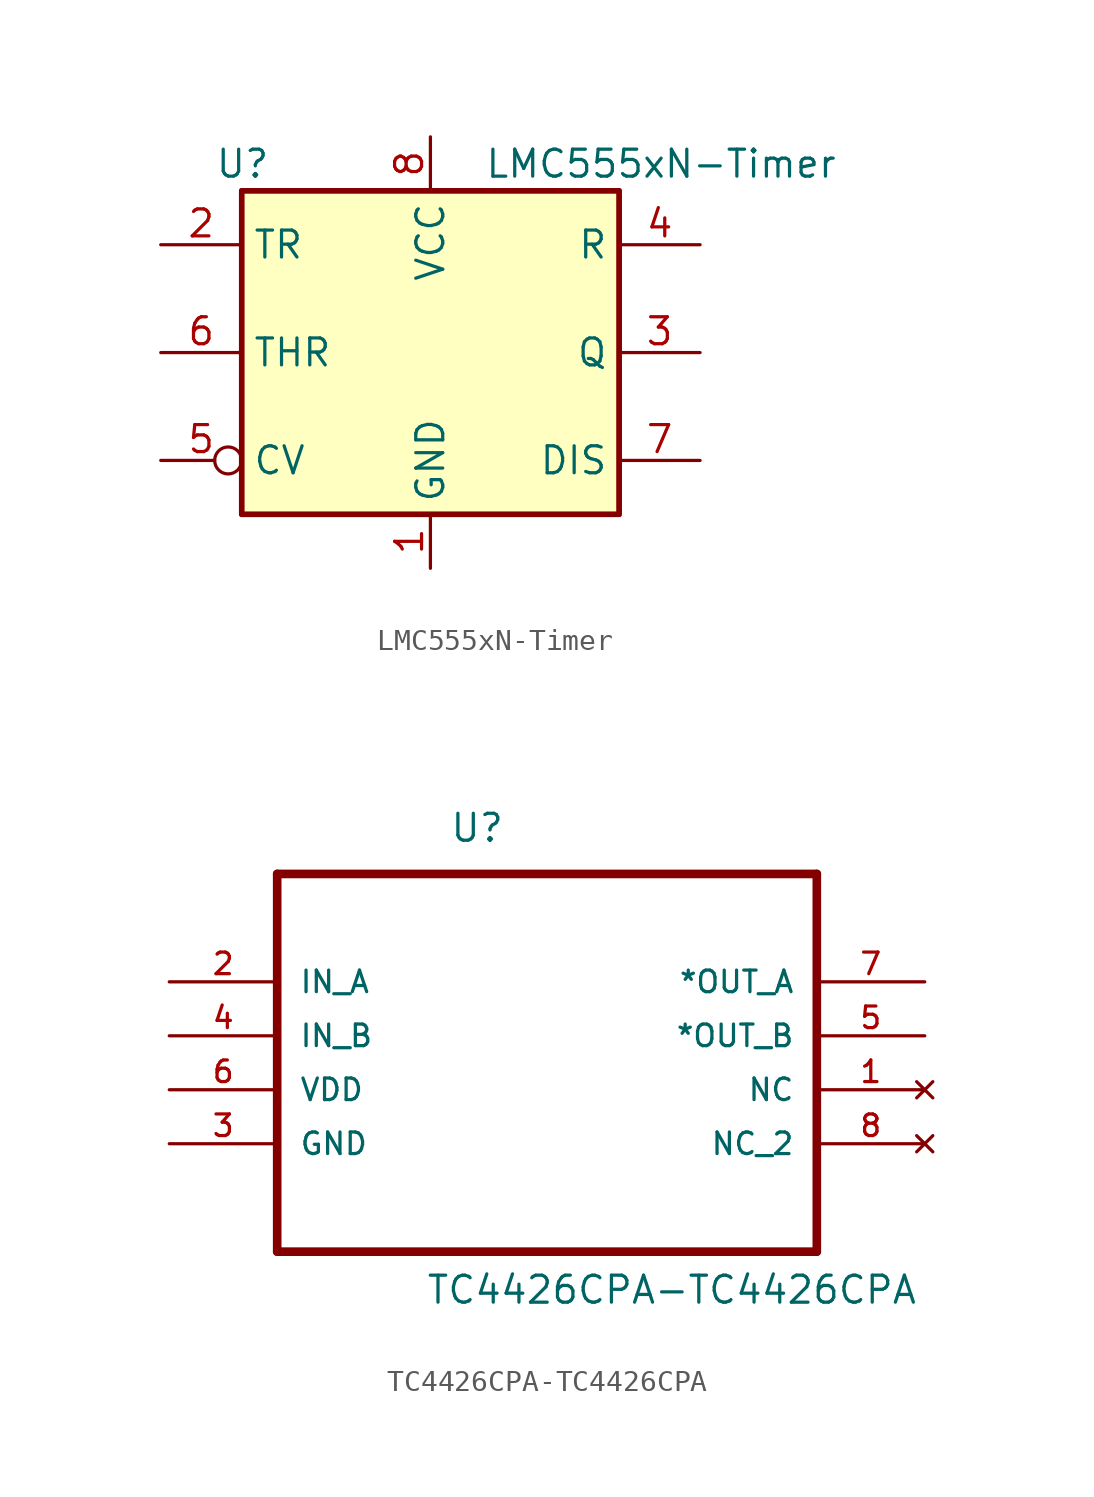
<source format=kicad_sym>
(kicad_symbol_lib
  (version 20231120)
  (generator "kicad_symbol_editor")
  (generator_version "8.0")
  (symbol "LMC555xN-Timer"
    (property "Reference" "U"
      (at -10.16 8.89 0)
      (effects (font (size 1.27 1.27)) (justify left)))
    (property "Value" "LMC555xN-Timer"
      (at 2.54 8.89 0)
      (effects (font (size 1.27 1.27)) (justify left)))
    (symbol "LMC555xN-Timer_0_0"
      (pin power_in line (at 0 -10.16 90) (length 2.54) (name "GND" (effects (font (size 1.27 1.27)))) (number "1" (effects (font (size 1.27 1.27)))))
      (pin power_in line (at 0 10.16 270) (length 2.54) (name "VCC" (effects (font (size 1.27 1.27)))) (number "8" (effects (font (size 1.27 1.27))))))
    (symbol "LMC555xN-Timer_0_1"
      (rectangle (start -8.89 -7.62) (end 8.89 7.62) (stroke (width 0.254) (type solid)) (fill (type background)))
      (rectangle (start -8.89 -7.62) (end 8.89 7.62) (stroke (width 0.254) (type solid)) (fill (type background))))
    (symbol "LMC555xN-Timer_1_1"
      (pin input line (at -12.7 5.08 0) (length 3.81) (name "TR" (effects (font (size 1.27 1.27)))) (number "2" (effects (font (size 1.27 1.27)))))
      (pin input line (at 12.7 0 180) (length 3.81) (name "Q" (effects (font (size 1.27 1.27)))) (number "3" (effects (font (size 1.27 1.27)))))
      (pin output line (at 12.7 5.08 180) (length 3.81) (name "R" (effects (font (size 1.27 1.27)))) (number "4" (effects (font (size 1.27 1.27)))))
      (pin input inverted (at -12.7 -5.08 0) (length 3.81) (name "CV" (effects (font (size 1.27 1.27)))) (number "5" (effects (font (size 1.27 1.27)))))
      (pin input line (at -12.7 0 0) (length 3.81) (name "THR" (effects (font (size 1.27 1.27)))) (number "6" (effects (font (size 1.27 1.27)))))
      (pin input line (at 12.7 -5.08 180) (length 3.81) (name "DIS" (effects (font (size 1.27 1.27)))) (number "7" (effects (font (size 1.27 1.27)))))))
  (symbol "TC4426CPA-TC4426CPA"
    (pin_names
      (offset 1.016))
    (property "Reference" "U"
      (at -4.597 6.502 0)
      (effects (font (size 1.27 1.27)) (justify left bottom)))
    (property "Value" "TC4426CPA-TC4426CPA"
      (at -5.715 -15.24 0)
      (effects (font (size 1.27 1.27)) (justify left bottom)))
    (property "ki_locked" ""
      (at 0 0 0)
      (effects (font (size 1.27 1.27))))
    (symbol "TC4426CPA-TC4426CPA_0_0"
      (polyline (pts (xy -12.7 -12.7) (xy 12.7 -12.7)) (stroke (width 0.406) (type solid)) (fill (type none)))
      (polyline (pts (xy -12.7 5.08) (xy -12.7 -12.7)) (stroke (width 0.406) (type solid)) (fill (type none)))
      (polyline (pts (xy 12.7 -12.7) (xy 12.7 5.08)) (stroke (width 0.406) (type solid)) (fill (type none)))
      (polyline (pts (xy 12.7 5.08) (xy -12.7 5.08)) (stroke (width 0.406) (type solid)) (fill (type none)))
      (pin no_connect line (at 17.78 -5.08 180) (length 5.08) (name "NC" (effects (font (size 1.016 1.016)))) (number "1" (effects (font (size 1.016 1.016)))))
      (pin input line (at -17.78 0 0) (length 5.08) (name "IN_A" (effects (font (size 1.016 1.016)))) (number "2" (effects (font (size 1.016 1.016)))))
      (pin passive line (at -17.78 -7.62 0) (length 5.08) (name "GND" (effects (font (size 1.016 1.016)))) (number "3" (effects (font (size 1.016 1.016)))))
      (pin input line (at -17.78 -2.54 0) (length 5.08) (name "IN_B" (effects (font (size 1.016 1.016)))) (number "4" (effects (font (size 1.016 1.016)))))
      (pin output line (at 17.78 -2.54 180) (length 5.08) (name "*OUT_B" (effects (font (size 1.016 1.016)))) (number "5" (effects (font (size 1.016 1.016)))))
      (pin power_in line (at -17.78 -5.08 0) (length 5.08) (name "VDD" (effects (font (size 1.016 1.016)))) (number "6" (effects (font (size 1.016 1.016)))))
      (pin output line (at 17.78 0 180) (length 5.08) (name "*OUT_A" (effects (font (size 1.016 1.016)))) (number "7" (effects (font (size 1.016 1.016)))))
      (pin no_connect line (at 17.78 -7.62 180) (length 5.08) (name "NC_2" (effects (font (size 1.016 1.016)))) (number "8" (effects (font (size 1.016 1.016))))))))
</source>
